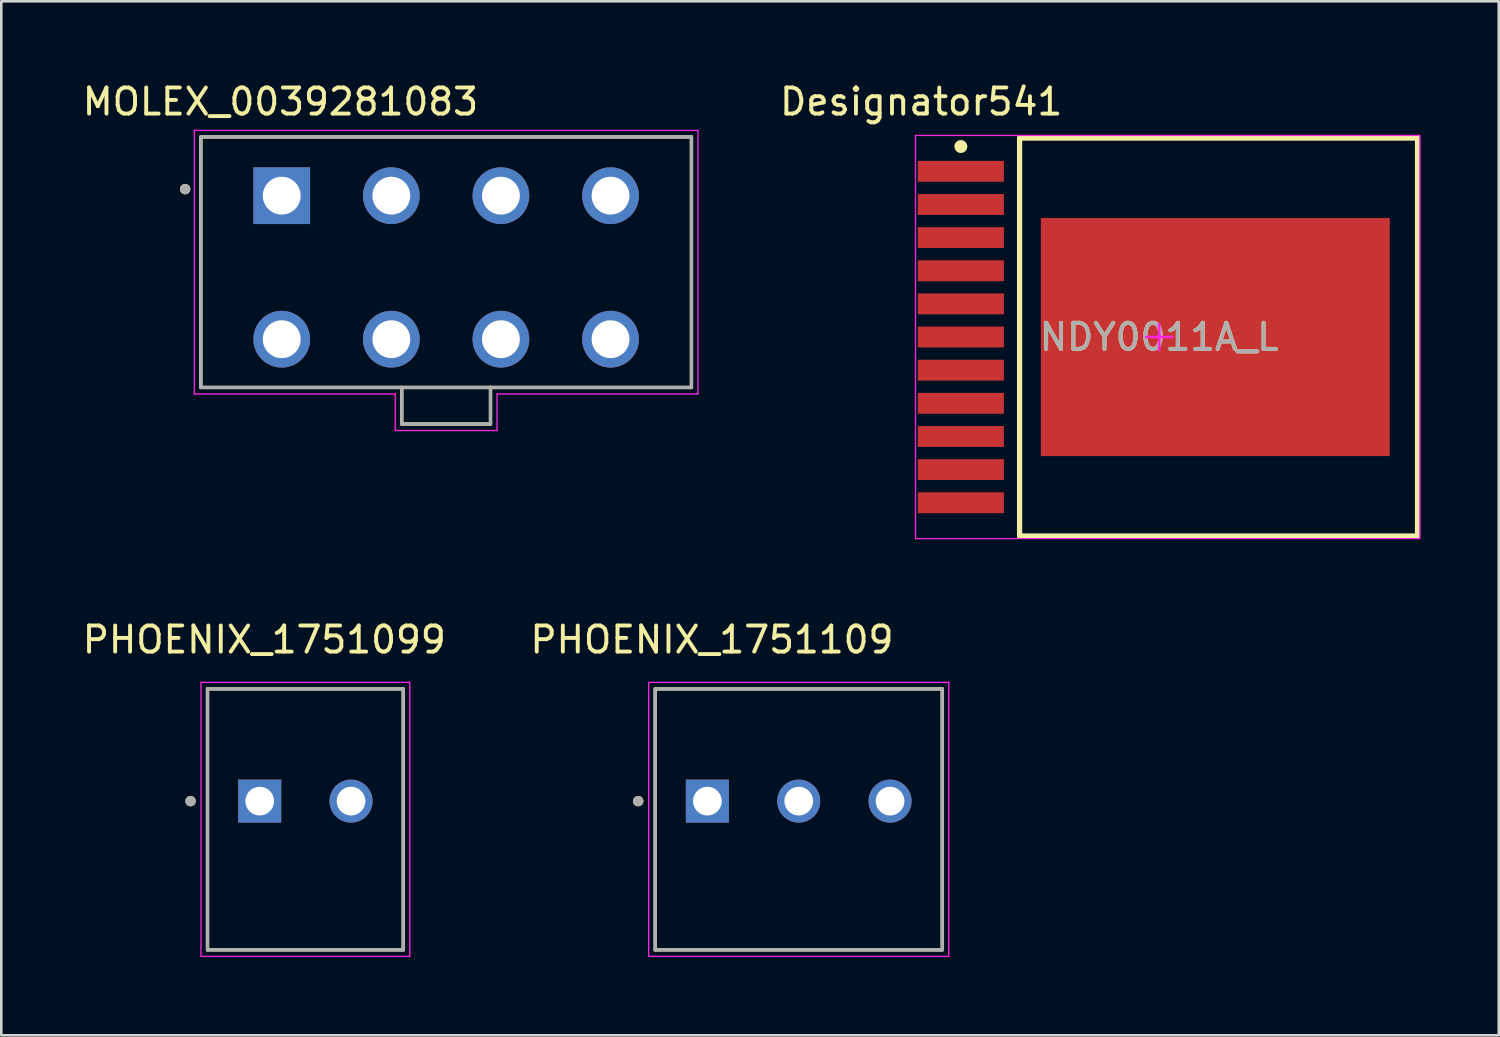
<source format=kicad_pcb>
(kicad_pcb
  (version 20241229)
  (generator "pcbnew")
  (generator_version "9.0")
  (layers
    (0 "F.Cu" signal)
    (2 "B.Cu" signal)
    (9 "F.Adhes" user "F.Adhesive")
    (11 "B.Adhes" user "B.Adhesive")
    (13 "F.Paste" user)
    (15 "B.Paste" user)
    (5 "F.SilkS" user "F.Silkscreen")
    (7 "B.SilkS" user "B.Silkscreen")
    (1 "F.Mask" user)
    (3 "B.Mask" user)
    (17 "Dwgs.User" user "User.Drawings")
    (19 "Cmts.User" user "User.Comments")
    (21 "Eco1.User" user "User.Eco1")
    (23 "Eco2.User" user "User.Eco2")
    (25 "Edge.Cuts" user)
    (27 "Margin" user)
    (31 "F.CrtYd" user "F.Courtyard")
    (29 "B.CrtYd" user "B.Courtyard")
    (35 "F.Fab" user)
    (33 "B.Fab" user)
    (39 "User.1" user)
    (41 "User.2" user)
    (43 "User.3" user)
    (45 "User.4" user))
  (footprint "MOLEX_0039281083"
    (layer "F.Cu")
    (at 14.046 7.198)
    (property "Reference" "MOLEX_0039281083" (at -6.35 -6.35 0) (layer "F.SilkS") (effects (font (size 1 1) (thickness 0.15))))
    (attr through_hole)
    (fp_line (start -9.4 -5) (end -9.4 4.6) (stroke (width 0.127) (type solid)) (layer "F.SilkS"))
    (fp_line (start -9.4 4.6) (end -1.7 4.6) (stroke (width 0.127) (type solid)) (layer "F.SilkS"))
    (fp_line (start -1.7 4.6) (end 1.7 4.6) (stroke (width 0.127) (type solid)) (layer "F.SilkS"))
    (fp_line (start -1.7 6) (end -1.7 4.6) (stroke (width 0.127) (type solid)) (layer "F.SilkS"))
    (fp_line (start -1.7 6) (end 1.7 6) (stroke (width 0.127) (type solid)) (layer "F.SilkS"))
    (fp_line (start 1.7 4.6) (end 9.4 4.6) (stroke (width 0.127) (type solid)) (layer "F.SilkS"))
    (fp_line (start 1.7 6) (end 1.7 4.6) (stroke (width 0.127) (type solid)) (layer "F.SilkS"))
    (fp_line (start 9.4 -5) (end -9.4 -5) (stroke (width 0.127) (type solid)) (layer "F.SilkS"))
    (fp_line (start 9.4 4.6) (end 9.4 -5) (stroke (width 0.127) (type solid)) (layer "F.SilkS"))
    (fp_circle (center -10 -3) (end -9.9 -3) (stroke (width 0.2) (type solid)) (fill no) (layer "F.SilkS"))
    (fp_line (start -9.65 -5.25) (end -9.65 4.85) (stroke (width 0.05) (type solid)) (layer "F.CrtYd"))
    (fp_line (start -9.65 4.85) (end -1.95 4.85) (stroke (width 0.05) (type solid)) (layer "F.CrtYd"))
    (fp_line (start -1.95 6.25) (end -1.95 4.85) (stroke (width 0.05) (type solid)) (layer "F.CrtYd"))
    (fp_line (start -1.95 6.25) (end 1.95 6.25) (stroke (width 0.05) (type solid)) (layer "F.CrtYd"))
    (fp_line (start 1.95 4.85) (end 9.65 4.85) (stroke (width 0.05) (type solid)) (layer "F.CrtYd"))
    (fp_line (start 1.95 6.25) (end 1.95 4.85) (stroke (width 0.05) (type solid)) (layer "F.CrtYd"))
    (fp_line (start 9.65 -5.25) (end -9.65 -5.25) (stroke (width 0.05) (type solid)) (layer "F.CrtYd"))
    (fp_line (start 9.65 4.85) (end 9.65 -5.25) (stroke (width 0.05) (type solid)) (layer "F.CrtYd"))
    (fp_line (start -9.4 -5) (end -9.4 4.6) (stroke (width 0.127) (type solid)) (layer "F.Fab"))
    (fp_line (start -9.4 4.6) (end -1.7 4.6) (stroke (width 0.127) (type solid)) (layer "F.Fab"))
    (fp_line (start -1.7 4.6) (end 1.7 4.6) (stroke (width 0.127) (type solid)) (layer "F.Fab"))
    (fp_line (start -1.7 6) (end -1.7 4.6) (stroke (width 0.127) (type solid)) (layer "F.Fab"))
    (fp_line (start -1.7 6) (end 1.7 6) (stroke (width 0.127) (type solid)) (layer "F.Fab"))
    (fp_line (start 1.7 4.6) (end 9.4 4.6) (stroke (width 0.127) (type solid)) (layer "F.Fab"))
    (fp_line (start 1.7 6) (end 1.7 4.6) (stroke (width 0.127) (type solid)) (layer "F.Fab"))
    (fp_line (start 9.4 -5) (end -9.4 -5) (stroke (width 0.127) (type solid)) (layer "F.Fab"))
    (fp_line (start 9.4 4.6) (end 9.4 -5) (stroke (width 0.127) (type solid)) (layer "F.Fab"))
    (fp_circle (center -10 -3) (end -9.9 -3) (stroke (width 0.2) (type solid)) (fill no) (layer "F.Fab"))
    (pad "1" thru_hole rect (at -6.3 -2.75) (size 2.175 2.175) (drill 1.45) (layers "*.Cu" "*.Mask"))
    (pad "2" thru_hole circle (at -2.1 -2.75) (size 2.175 2.175) (drill 1.45) (layers "*.Cu" "*.Mask"))
    (pad "3" thru_hole circle (at 2.1 -2.75) (size 2.175 2.175) (drill 1.45) (layers "*.Cu" "*.Mask"))
    (pad "4" thru_hole circle (at 6.3 -2.75) (size 2.175 2.175) (drill 1.45) (layers "*.Cu" "*.Mask"))
    (pad "5" thru_hole circle (at -6.3 2.75) (size 2.175 2.175) (drill 1.45) (layers "*.Cu" "*.Mask"))
    (pad "6" thru_hole circle (at -2.1 2.75) (size 2.175 2.175) (drill 1.45) (layers "*.Cu" "*.Mask"))
    (pad "7" thru_hole circle (at 2.1 2.75) (size 2.175 2.175) (drill 1.45) (layers "*.Cu" "*.Mask"))
    (pad "8" thru_hole circle (at 6.3 2.75) (size 2.175 2.175) (drill 1.45) (layers "*.Cu" "*.Mask")))
  (footprint "PHOENIX_1751109"
    (layer "F.Cu")
    (at 22.057 33.349)
    (property "Reference" "PHOENIX_1751109" (at 2.175 -11.885 0) (layer "F.SilkS") (effects (font (size 1 1) (thickness 0.15))))
    (attr through_hole)
    (fp_line (start 0 0) (end 0 -10) (stroke (width 0.127) (type solid)) (layer "F.SilkS"))
    (fp_line (start 11 -10) (end 0 -10) (stroke (width 0.127) (type solid)) (layer "F.SilkS"))
    (fp_line (start 11 -10) (end 11 0) (stroke (width 0.127) (type solid)) (layer "F.SilkS"))
    (fp_line (start 11 0) (end 0 0) (stroke (width 0.127) (type solid)) (layer "F.SilkS"))
    (fp_circle (center -0.65 -5.7) (end -0.55 -5.7) (stroke (width 0.2) (type solid)) (fill no) (layer "F.SilkS"))
    (fp_line (start -0.25 -10.25) (end 11.25 -10.25) (stroke (width 0.05) (type solid)) (layer "F.CrtYd"))
    (fp_line (start -0.25 0.25) (end -0.25 -10.25) (stroke (width 0.05) (type solid)) (layer "F.CrtYd"))
    (fp_line (start 11.25 -10.25) (end 11.25 0.25) (stroke (width 0.05) (type solid)) (layer "F.CrtYd"))
    (fp_line (start 11.25 0.25) (end -0.25 0.25) (stroke (width 0.05) (type solid)) (layer "F.CrtYd"))
    (fp_line (start 0 -10) (end 11 -10) (stroke (width 0.127) (type solid)) (layer "F.Fab"))
    (fp_line (start 0 0) (end 0 -10) (stroke (width 0.127) (type solid)) (layer "F.Fab"))
    (fp_line (start 11 -10) (end 11 0) (stroke (width 0.127) (type solid)) (layer "F.Fab"))
    (fp_line (start 11 0) (end 0 0) (stroke (width 0.127) (type solid)) (layer "F.Fab"))
    (fp_circle (center -0.65 -5.7) (end -0.55 -5.7) (stroke (width 0.2) (type solid)) (fill no) (layer "F.Fab"))
    (pad "01" thru_hole rect (at 2 -5.7) (size 1.65 1.65) (drill 1.1) (layers "*.Cu" "*.Mask"))
    (pad "02" thru_hole circle (at 5.5 -5.7) (size 1.65 1.65) (drill 1.1) (layers "*.Cu" "*.Mask"))
    (pad "03" thru_hole circle (at 9 -5.7) (size 1.65 1.65) (drill 1.1) (layers "*.Cu" "*.Mask")))
  (footprint "PHOENIX_1751099"
    (layer "F.Cu")
    (at 4.902 33.349)
    (property "Reference" "PHOENIX_1751099" (at 2.175 -11.885 0) (layer "F.SilkS") (effects (font (size 1 1) (thickness 0.15))))
    (attr through_hole)
    (fp_line (start 0 0) (end 0 -10) (stroke (width 0.127) (type solid)) (layer "F.SilkS"))
    (fp_line (start 7.5 -10) (end 0 -10) (stroke (width 0.127) (type solid)) (layer "F.SilkS"))
    (fp_line (start 7.5 -10) (end 7.5 0) (stroke (width 0.127) (type solid)) (layer "F.SilkS"))
    (fp_line (start 7.5 0) (end 0 0) (stroke (width 0.127) (type solid)) (layer "F.SilkS"))
    (fp_circle (center -0.65 -5.7) (end -0.55 -5.7) (stroke (width 0.2) (type solid)) (fill no) (layer "F.SilkS"))
    (fp_line (start -0.25 -10.25) (end 7.75 -10.25) (stroke (width 0.05) (type solid)) (layer "F.CrtYd"))
    (fp_line (start -0.25 0.25) (end -0.25 -10.25) (stroke (width 0.05) (type solid)) (layer "F.CrtYd"))
    (fp_line (start 7.75 -10.25) (end 7.75 0.25) (stroke (width 0.05) (type solid)) (layer "F.CrtYd"))
    (fp_line (start 7.75 0.25) (end -0.25 0.25) (stroke (width 0.05) (type solid)) (layer "F.CrtYd"))
    (fp_line (start 0 -10) (end 7.5 -10) (stroke (width 0.127) (type solid)) (layer "F.Fab"))
    (fp_line (start 0 0) (end 0 -10) (stroke (width 0.127) (type solid)) (layer "F.Fab"))
    (fp_line (start 7.5 -10) (end 7.5 0) (stroke (width 0.127) (type solid)) (layer "F.Fab"))
    (fp_line (start 7.5 0) (end 0 0) (stroke (width 0.127) (type solid)) (layer "F.Fab"))
    (fp_circle (center -0.65 -5.7) (end -0.55 -5.7) (stroke (width 0.2) (type solid)) (fill no) (layer "F.Fab"))
    (pad "01" thru_hole rect (at 2 -5.7) (size 1.65 1.65) (drill 1.1) (layers "*.Cu" "*.Mask"))
    (pad "02" thru_hole circle (at 5.5 -5.7) (size 1.65 1.65) (drill 1.1) (layers "*.Cu" "*.Mask")))
  (footprint "NDY0011A_L"
    (layer "F.Cu")
    (at 41.37 9.865)
    (property "Reference" "NDY0011A_L" (at 0 0 0) (unlocked yes) (layer "F.SilkS") (effects (font (size 1 1) (thickness 0.15))))
    (attr smd)
    (fp_line (start -5.35 -7.625) (end 9.9 -7.625) (stroke (width 0.2) (type solid)) (layer "F.SilkS"))
    (fp_line (start -5.35 7.625) (end -5.35 -7.625) (stroke (width 0.2) (type solid)) (layer "F.SilkS"))
    (fp_line (start -5.35 7.625) (end 9.9 7.625) (stroke (width 0.2) (type solid)) (layer "F.SilkS"))
    (fp_line (start 9.9 7.625) (end 9.9 -7.625) (stroke (width 0.2) (type solid)) (layer "F.SilkS"))
    (fp_circle (center -7.6 -7.3) (end -7.475 -7.3) (stroke (width 0.25) (type solid)) (fill no) (layer "F.SilkS"))
    (fp_line (start -9.338 -7.725) (end 9.987 -7.725) (stroke (width 0.05) (type solid)) (layer "F.CrtYd"))
    (fp_line (start -9.338 7.725) (end -9.338 -7.725) (stroke (width 0.05) (type solid)) (layer "F.CrtYd"))
    (fp_line (start -9.338 7.725) (end 9.987 7.725) (stroke (width 0.05) (type solid)) (layer "F.CrtYd"))
    (fp_line (start -0.5 0) (end 0.5 0) (stroke (width 0.1) (type solid)) (layer "F.CrtYd"))
    (fp_line (start 0 0.5) (end 0 -0.5) (stroke (width 0.1) (type solid)) (layer "F.CrtYd"))
    (fp_line (start 9.987 7.725) (end 9.987 -7.725) (stroke (width 0.05) (type solid)) (layer "F.CrtYd"))
    (fp_text user "Designator541" (at -9.119 -9.017 0) (unlocked yes) (layer "F.SilkS") (effects (font (size 1 1) (thickness 0.15))))
    (fp_text user "${REFERENCE}" (at 0 0 0) (unlocked yes) (layer "F.Fab") (effects (font (size 1 1) (thickness 0.15))))
    (pad "1" smd rect (at -7.6 -6.35 90) (size 0.8 3.3) (layers "F.Cu" "F.Mask" "F.Paste"))
    (pad "2" smd rect (at -7.6 -5.08 90) (size 0.8 3.3) (layers "F.Cu" "F.Mask" "F.Paste"))
    (pad "3" smd rect (at -7.6 -3.81 90) (size 0.8 3.3) (layers "F.Cu" "F.Mask" "F.Paste"))
    (pad "4" smd rect (at -7.6 -2.54 90) (size 0.8 3.3) (layers "F.Cu" "F.Mask" "F.Paste"))
    (pad "5" smd rect (at -7.6 -1.27 90) (size 0.8 3.3) (layers "F.Cu" "F.Mask" "F.Paste"))
    (pad "6" smd rect (at -7.6 0 90) (size 0.8 3.3) (layers "F.Cu" "F.Mask" "F.Paste"))
    (pad "7" smd rect (at -7.6 1.27 90) (size 0.8 3.3) (layers "F.Cu" "F.Mask" "F.Paste"))
    (pad "8" smd rect (at -7.6 2.54 90) (size 0.8 3.3) (layers "F.Cu" "F.Mask" "F.Paste"))
    (pad "9" smd rect (at -7.6 3.81 90) (size 0.8 3.3) (layers "F.Cu" "F.Mask" "F.Paste"))
    (pad "10" smd rect (at -7.6 5.08 90) (size 0.8 3.3) (layers "F.Cu" "F.Mask" "F.Paste"))
    (pad "11" smd rect (at -7.6 6.35 90) (size 0.8 3.3) (layers "F.Cu" "F.Mask" "F.Paste"))
    (pad "12" smd rect (at 2.15 0 90) (size 9.126 13.37) (layers "F.Cu" "F.Mask" "F.Paste")))
  (gr_rect
    (start -3 -3)
    (end 54.382 36.624)
    (stroke (width 0.1) (type default))
    (fill no)
    (layer "Edge.Cuts")))
</source>
